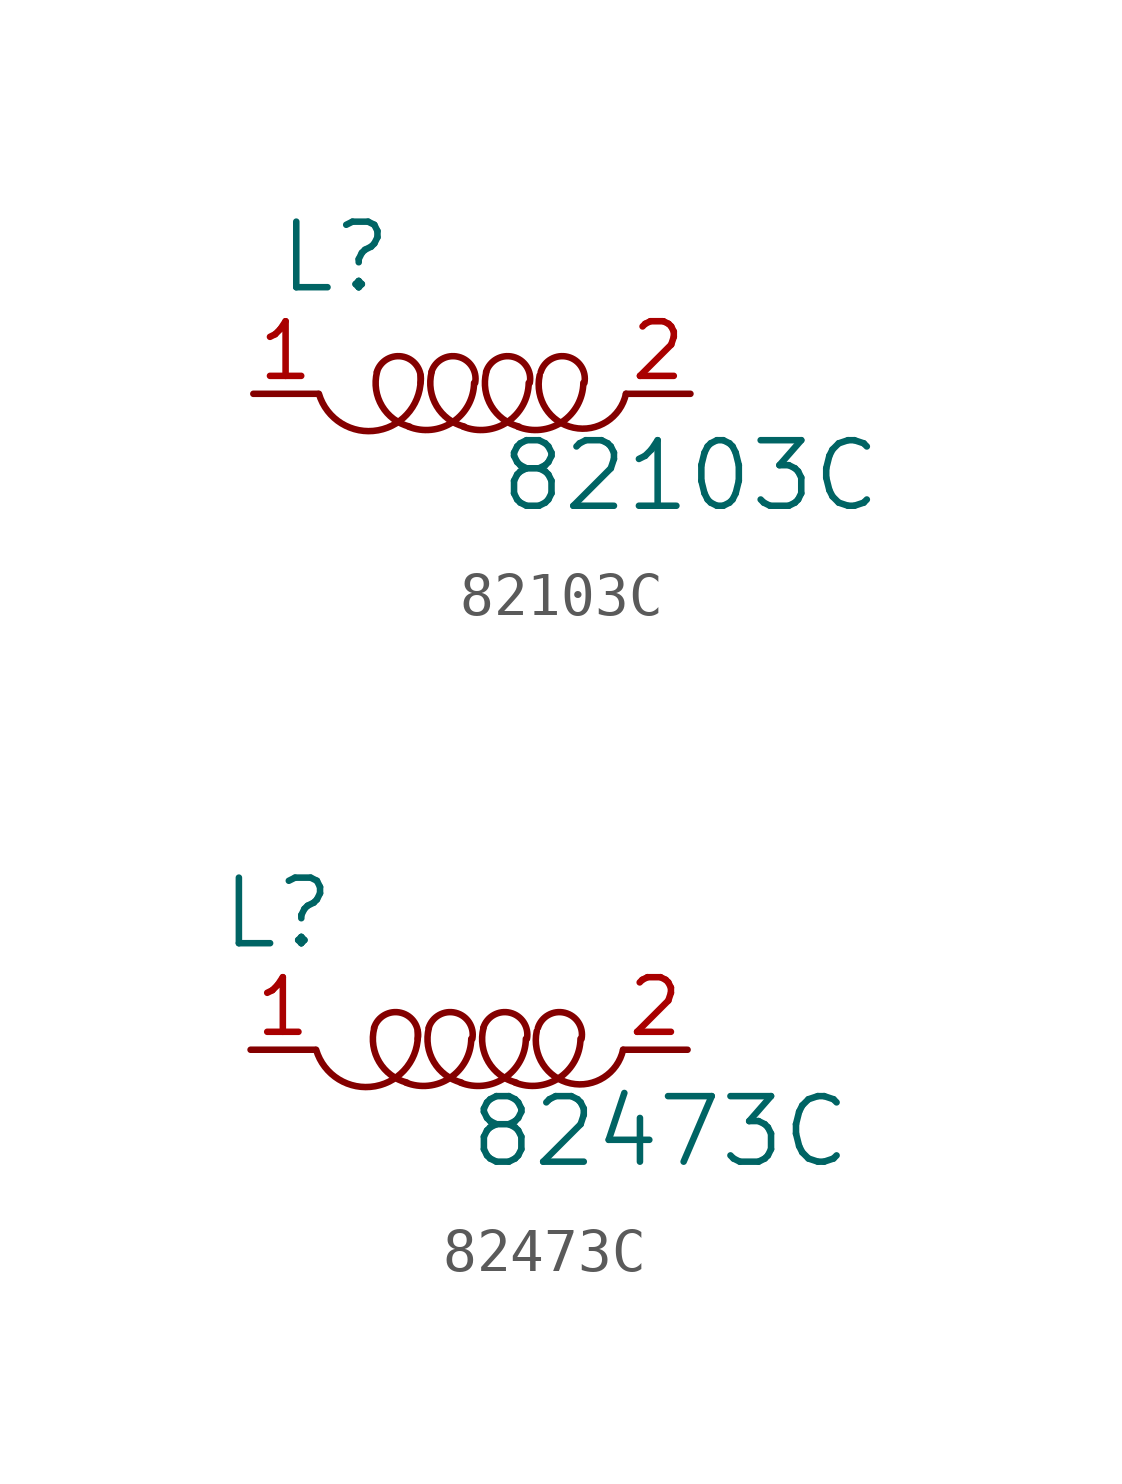
<source format=kicad_sym>
(kicad_symbol_lib
  (version 20211014)
  (generator kicad_symbol_editor)
  (symbol "82103C"
    (pin_names
      (offset 1.016))
    (property "Reference" "L"
      (at -3.175 3.175 0)
      (effects (font (size 1.524 1.524))))
    (property "Value" "82103C"
      (at 5.08 -1.905 0)
      (effects (font (size 1.524 1.524))))
    (symbol "82103C_0_1"
      (arc (start -3.556 0) (mid -2.1694 -0.8461) (end -1.1938 0.4318) (stroke (width 0) (type default) (color 0 0 0 0)) (fill (type none)))
      (arc (start -2.2098 0.508) (mid -2.0918 -0.2848) (end -1.4478 -0.762) (stroke (width 0) (type default) (color 0 0 0 0)) (fill (type none)))
      (arc (start -1.4732 -0.762) (mid -0.4347 -0.6489) (end 0.0508 0.254) (stroke (width 0) (type default) (color 0 0 0 0)) (fill (type none)))
      (arc (start -1.1938 0.254) (mid -1.5764 0.8583) (end -2.2098 0.508) (stroke (width 0) (type default) (color 0 0 0 0)) (fill (type none)))
      (arc (start -0.9398 0.508) (mid -0.8218 -0.2848) (end -0.1778 -0.762) (stroke (width 0) (type default) (color 0 0 0 0)) (fill (type none)))
      (arc (start -0.2032 -0.762) (mid 0.8353 -0.6489) (end 1.3208 0.254) (stroke (width 0) (type default) (color 0 0 0 0)) (fill (type none)))
      (arc (start 0.0762 0.254) (mid -0.3064 0.8583) (end -0.9398 0.508) (stroke (width 0) (type default) (color 0 0 0 0)) (fill (type none)))
      (arc (start 0.3302 0.508) (mid 0.4482 -0.2848) (end 1.0922 -0.762) (stroke (width 0) (type default) (color 0 0 0 0)) (fill (type none)))
      (arc (start 1.0668 -0.762) (mid 2.1053 -0.6489) (end 2.5908 0.254) (stroke (width 0) (type default) (color 0 0 0 0)) (fill (type none)))
      (arc (start 1.3462 0.254) (mid 0.9636 0.8583) (end 0.3302 0.508) (stroke (width 0) (type default) (color 0 0 0 0)) (fill (type none)))
      (arc (start 1.5748 0.4318) (mid 2.3727 -0.7843) (end 3.5814 0) (stroke (width 0) (type default) (color 0 0 0 0)) (fill (type none)))
      (arc (start 2.6162 0.254) (mid 2.2336 0.8583) (end 1.6002 0.508) (stroke (width 0) (type default) (color 0 0 0 0)) (fill (type none))))
    (symbol "82103C_1_1"
      (pin passive line (at -5.08 0 0) (length 1.499) (name "~" (effects (font (size 1.27 1.27)))) (number "1" (effects (font (size 1.27 1.27)))))
      (pin passive line (at 5.08 0 180) (length 1.499) (name "~" (effects (font (size 1.27 1.27)))) (number "2" (effects (font (size 1.27 1.27)))))))
  (symbol "82473C"
    (pin_names
      (offset 1.016))
    (property "Reference" "L"
      (at -4.445 3.175 0)
      (effects (font (size 1.524 1.524))))
    (property "Value" "82473C"
      (at 4.445 -1.905 0)
      (effects (font (size 1.524 1.524))))
    (symbol "82473C_0_1"
      (arc (start -3.556 0) (mid -2.1694 -0.8461) (end -1.1938 0.4318) (stroke (width 0) (type default) (color 0 0 0 0)) (fill (type none)))
      (arc (start -2.2098 0.508) (mid -2.0918 -0.2848) (end -1.4478 -0.762) (stroke (width 0) (type default) (color 0 0 0 0)) (fill (type none)))
      (arc (start -1.4732 -0.762) (mid -0.4347 -0.6489) (end 0.0508 0.254) (stroke (width 0) (type default) (color 0 0 0 0)) (fill (type none)))
      (arc (start -1.1938 0.254) (mid -1.5764 0.8583) (end -2.2098 0.508) (stroke (width 0) (type default) (color 0 0 0 0)) (fill (type none)))
      (arc (start -0.9398 0.508) (mid -0.8218 -0.2848) (end -0.1778 -0.762) (stroke (width 0) (type default) (color 0 0 0 0)) (fill (type none)))
      (arc (start -0.2032 -0.762) (mid 0.8353 -0.6489) (end 1.3208 0.254) (stroke (width 0) (type default) (color 0 0 0 0)) (fill (type none)))
      (arc (start 0.0762 0.254) (mid -0.3064 0.8583) (end -0.9398 0.508) (stroke (width 0) (type default) (color 0 0 0 0)) (fill (type none)))
      (arc (start 0.3302 0.508) (mid 0.4482 -0.2848) (end 1.0922 -0.762) (stroke (width 0) (type default) (color 0 0 0 0)) (fill (type none)))
      (arc (start 1.0668 -0.762) (mid 2.1053 -0.6489) (end 2.5908 0.254) (stroke (width 0) (type default) (color 0 0 0 0)) (fill (type none)))
      (arc (start 1.3462 0.254) (mid 0.9636 0.8583) (end 0.3302 0.508) (stroke (width 0) (type default) (color 0 0 0 0)) (fill (type none)))
      (arc (start 1.5748 0.4318) (mid 2.3727 -0.7843) (end 3.5814 0) (stroke (width 0) (type default) (color 0 0 0 0)) (fill (type none)))
      (arc (start 2.6162 0.254) (mid 2.2336 0.8583) (end 1.6002 0.508) (stroke (width 0) (type default) (color 0 0 0 0)) (fill (type none))))
    (symbol "82473C_1_1"
      (pin passive line (at -5.08 0 0) (length 1.499) (name "~" (effects (font (size 1.27 1.27)))) (number "1" (effects (font (size 1.27 1.27)))))
      (pin passive line (at 5.08 0 180) (length 1.499) (name "~" (effects (font (size 1.27 1.27)))) (number "2" (effects (font (size 1.27 1.27))))))))
</source>
